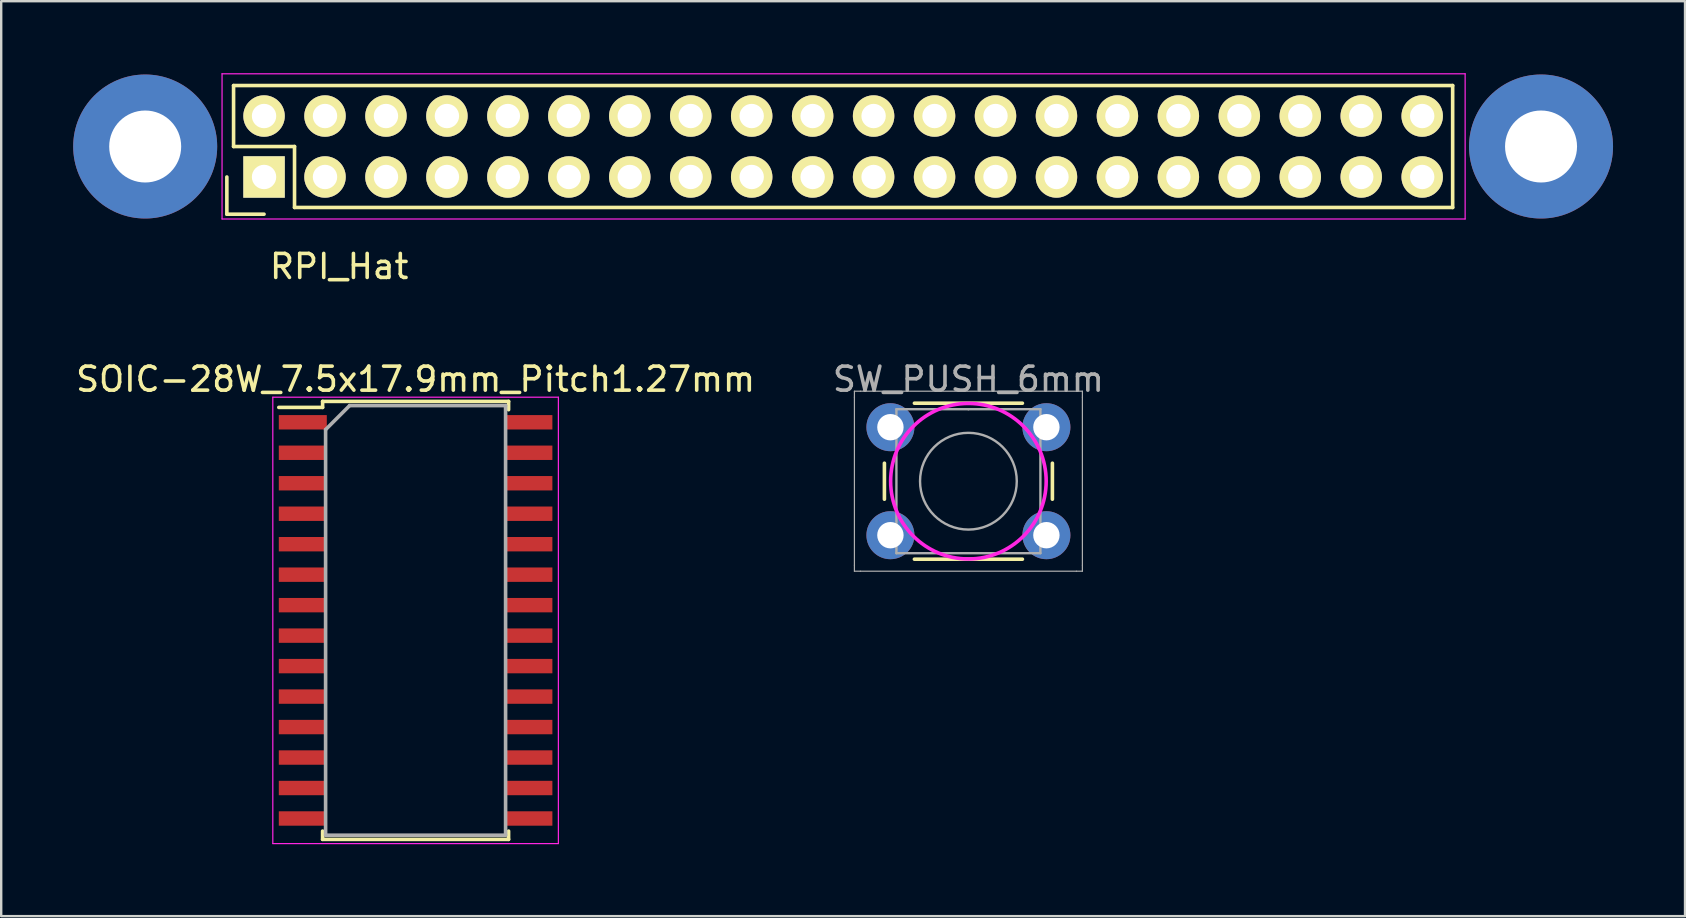
<source format=kicad_pcb>
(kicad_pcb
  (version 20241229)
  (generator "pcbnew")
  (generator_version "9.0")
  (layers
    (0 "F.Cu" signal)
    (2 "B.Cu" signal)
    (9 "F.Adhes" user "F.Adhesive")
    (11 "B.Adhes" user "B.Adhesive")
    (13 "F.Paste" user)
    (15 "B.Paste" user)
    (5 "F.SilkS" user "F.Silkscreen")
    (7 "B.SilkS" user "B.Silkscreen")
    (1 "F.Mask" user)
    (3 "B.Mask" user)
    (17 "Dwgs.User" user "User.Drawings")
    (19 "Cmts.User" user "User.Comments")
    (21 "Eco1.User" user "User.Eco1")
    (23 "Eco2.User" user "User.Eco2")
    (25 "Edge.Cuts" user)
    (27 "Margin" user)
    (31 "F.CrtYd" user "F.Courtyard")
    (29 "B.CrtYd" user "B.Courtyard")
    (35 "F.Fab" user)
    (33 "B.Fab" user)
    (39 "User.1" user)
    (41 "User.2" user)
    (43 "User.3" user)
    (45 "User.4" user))
  (footprint "RPI_Hat"
    (layer "F.Cu")
    (at 32.083 3.055)
    (property "Reference" "RPI_Hat" (at -21 5 0) (layer "F.SilkS") (effects (font (size 1 1) (thickness 0.15))))
    (attr through_hole)
    (fp_line (start -25.68 1.27) (end -25.68 2.82) (stroke (width 0.15) (type solid)) (layer "F.SilkS"))
    (fp_line (start -25.68 2.82) (end -24.13 2.82) (stroke (width 0.15) (type solid)) (layer "F.SilkS"))
    (fp_line (start -25.4 -2.54) (end -25.4 0) (stroke (width 0.15) (type solid)) (layer "F.SilkS"))
    (fp_line (start -25.4 0) (end -22.86 0) (stroke (width 0.15) (type solid)) (layer "F.SilkS"))
    (fp_line (start -22.86 0) (end -22.86 2.54) (stroke (width 0.15) (type solid)) (layer "F.SilkS"))
    (fp_line (start -22.86 2.54) (end 25.4 2.54) (stroke (width 0.15) (type solid)) (layer "F.SilkS"))
    (fp_line (start 25.4 -2.54) (end -25.4 -2.54) (stroke (width 0.15) (type solid)) (layer "F.SilkS"))
    (fp_line (start 25.4 -2.54) (end 25.4 2.54) (stroke (width 0.15) (type solid)) (layer "F.SilkS"))
    (fp_line (start -25.88 -3.03) (end 25.92 -3.03) (stroke (width 0.05) (type solid)) (layer "F.CrtYd"))
    (fp_line (start -25.88 3.02) (end -25.88 -3.03) (stroke (width 0.05) (type solid)) (layer "F.CrtYd"))
    (fp_line (start -25.88 3.02) (end 25.92 3.02) (stroke (width 0.05) (type solid)) (layer "F.CrtYd"))
    (fp_line (start 25.92 3.02) (end 25.92 -3.03) (stroke (width 0.05) (type solid)) (layer "F.CrtYd"))
    (pad "" np_thru_hole circle (at -29.083 0) (size 6 6) (drill 3) (layers "*.Cu" "*.Mask"))
    (pad "" np_thru_hole circle (at 29.083 0) (size 6 6) (drill 3) (layers "*.Cu" "*.Mask"))
    (pad "1" thru_hole rect (at -24.13 1.27 90) (size 1.727 1.727) (drill 1.016) (layers "*.Cu" "*.Mask" "F.SilkS"))
    (pad "2" thru_hole oval (at -24.13 -1.27 90) (size 1.727 1.727) (drill 1.016) (layers "*.Cu" "*.Mask" "F.SilkS"))
    (pad "3" thru_hole oval (at -21.59 1.27 90) (size 1.727 1.727) (drill 1.016) (layers "*.Cu" "*.Mask" "F.SilkS"))
    (pad "4" thru_hole oval (at -21.59 -1.27 90) (size 1.727 1.727) (drill 1.016) (layers "*.Cu" "*.Mask" "F.SilkS"))
    (pad "5" thru_hole oval (at -19.05 1.27 90) (size 1.727 1.727) (drill 1.016) (layers "*.Cu" "*.Mask" "F.SilkS"))
    (pad "6" thru_hole oval (at -19.05 -1.27 90) (size 1.727 1.727) (drill 1.016) (layers "*.Cu" "*.Mask" "F.SilkS"))
    (pad "7" thru_hole oval (at -16.51 1.27 90) (size 1.727 1.727) (drill 1.016) (layers "*.Cu" "*.Mask" "F.SilkS"))
    (pad "8" thru_hole oval (at -16.51 -1.27 90) (size 1.727 1.727) (drill 1.016) (layers "*.Cu" "*.Mask" "F.SilkS"))
    (pad "9" thru_hole oval (at -13.97 1.27 90) (size 1.727 1.727) (drill 1.016) (layers "*.Cu" "*.Mask" "F.SilkS"))
    (pad "10" thru_hole oval (at -13.97 -1.27 90) (size 1.727 1.727) (drill 1.016) (layers "*.Cu" "*.Mask" "F.SilkS"))
    (pad "11" thru_hole oval (at -11.43 1.27 90) (size 1.727 1.727) (drill 1.016) (layers "*.Cu" "*.Mask" "F.SilkS"))
    (pad "12" thru_hole oval (at -11.43 -1.27 90) (size 1.727 1.727) (drill 1.016) (layers "*.Cu" "*.Mask" "F.SilkS"))
    (pad "13" thru_hole oval (at -8.89 1.27 90) (size 1.727 1.727) (drill 1.016) (layers "*.Cu" "*.Mask" "F.SilkS"))
    (pad "14" thru_hole oval (at -8.89 -1.27 90) (size 1.727 1.727) (drill 1.016) (layers "*.Cu" "*.Mask" "F.SilkS"))
    (pad "15" thru_hole oval (at -6.35 1.27 90) (size 1.727 1.727) (drill 1.016) (layers "*.Cu" "*.Mask" "F.SilkS"))
    (pad "16" thru_hole oval (at -6.35 -1.27 90) (size 1.727 1.727) (drill 1.016) (layers "*.Cu" "*.Mask" "F.SilkS"))
    (pad "17" thru_hole oval (at -3.81 1.27 90) (size 1.727 1.727) (drill 1.016) (layers "*.Cu" "*.Mask" "F.SilkS"))
    (pad "18" thru_hole oval (at -3.81 -1.27 90) (size 1.727 1.727) (drill 1.016) (layers "*.Cu" "*.Mask" "F.SilkS"))
    (pad "19" thru_hole oval (at -1.27 1.27 90) (size 1.727 1.727) (drill 1.016) (layers "*.Cu" "*.Mask" "F.SilkS"))
    (pad "20" thru_hole oval (at -1.27 -1.27 90) (size 1.727 1.727) (drill 1.016) (layers "*.Cu" "*.Mask" "F.SilkS"))
    (pad "21" thru_hole oval (at 1.27 1.27 90) (size 1.727 1.727) (drill 1.016) (layers "*.Cu" "*.Mask" "F.SilkS"))
    (pad "22" thru_hole oval (at 1.27 -1.27 90) (size 1.727 1.727) (drill 1.016) (layers "*.Cu" "*.Mask" "F.SilkS"))
    (pad "23" thru_hole oval (at 3.81 1.27 90) (size 1.727 1.727) (drill 1.016) (layers "*.Cu" "*.Mask" "F.SilkS"))
    (pad "24" thru_hole oval (at 3.81 -1.27 90) (size 1.727 1.727) (drill 1.016) (layers "*.Cu" "*.Mask" "F.SilkS"))
    (pad "25" thru_hole oval (at 6.35 1.27 90) (size 1.727 1.727) (drill 1.016) (layers "*.Cu" "*.Mask" "F.SilkS"))
    (pad "26" thru_hole oval (at 6.35 -1.27 90) (size 1.727 1.727) (drill 1.016) (layers "*.Cu" "*.Mask" "F.SilkS"))
    (pad "27" thru_hole oval (at 8.89 1.27 90) (size 1.727 1.727) (drill 1.016) (layers "*.Cu" "*.Mask" "F.SilkS"))
    (pad "28" thru_hole oval (at 8.89 -1.27 90) (size 1.727 1.727) (drill 1.016) (layers "*.Cu" "*.Mask" "F.SilkS"))
    (pad "29" thru_hole oval (at 11.43 1.27 90) (size 1.727 1.727) (drill 1.016) (layers "*.Cu" "*.Mask" "F.SilkS"))
    (pad "30" thru_hole oval (at 11.43 -1.27 90) (size 1.727 1.727) (drill 1.016) (layers "*.Cu" "*.Mask" "F.SilkS"))
    (pad "31" thru_hole oval (at 13.97 1.27 90) (size 1.727 1.727) (drill 1.016) (layers "*.Cu" "*.Mask" "F.SilkS"))
    (pad "32" thru_hole oval (at 13.97 -1.27 90) (size 1.727 1.727) (drill 1.016) (layers "*.Cu" "*.Mask" "F.SilkS"))
    (pad "33" thru_hole oval (at 16.51 1.27 90) (size 1.727 1.727) (drill 1.016) (layers "*.Cu" "*.Mask" "F.SilkS"))
    (pad "34" thru_hole oval (at 16.51 -1.27 90) (size 1.727 1.727) (drill 1.016) (layers "*.Cu" "*.Mask" "F.SilkS"))
    (pad "35" thru_hole oval (at 19.05 1.27 90) (size 1.727 1.727) (drill 1.016) (layers "*.Cu" "*.Mask" "F.SilkS"))
    (pad "36" thru_hole oval (at 19.05 -1.27 90) (size 1.727 1.727) (drill 1.016) (layers "*.Cu" "*.Mask" "F.SilkS"))
    (pad "37" thru_hole oval (at 21.59 1.27 90) (size 1.727 1.727) (drill 1.016) (layers "*.Cu" "*.Mask" "F.SilkS"))
    (pad "38" thru_hole oval (at 21.59 -1.27 90) (size 1.727 1.727) (drill 1.016) (layers "*.Cu" "*.Mask" "F.SilkS"))
    (pad "39" thru_hole oval (at 24.13 1.27 90) (size 1.727 1.727) (drill 1.016) (layers "*.Cu" "*.Mask" "F.SilkS"))
    (pad "40" thru_hole oval (at 24.13 -1.27 90) (size 1.727 1.727) (drill 1.016) (layers "*.Cu" "*.Mask" "F.SilkS")))
  (footprint "SOIC-28W_7.5x17.9mm_Pitch1.27mm"
    (layer "F.Cu")
    (at 14.268 22.802)
    (property "Reference" "SOIC-28W_7.5x17.9mm_Pitch1.27mm" (at 0 -10.05 0) (layer "F.SilkS") (effects (font (size 1 1) (thickness 0.15))))
    (attr smd)
    (fp_line (start -3.875 -9.125) (end -3.875 -8.875) (stroke (width 0.15) (type solid)) (layer "F.SilkS"))
    (fp_line (start -3.875 -9.125) (end 3.875 -9.125) (stroke (width 0.15) (type solid)) (layer "F.SilkS"))
    (fp_line (start -3.875 -8.875) (end -5.7 -8.875) (stroke (width 0.15) (type solid)) (layer "F.SilkS"))
    (fp_line (start -3.875 9.125) (end -3.875 8.78) (stroke (width 0.15) (type solid)) (layer "F.SilkS"))
    (fp_line (start -3.875 9.125) (end 3.875 9.125) (stroke (width 0.15) (type solid)) (layer "F.SilkS"))
    (fp_line (start 3.875 -9.125) (end 3.875 -8.78) (stroke (width 0.15) (type solid)) (layer "F.SilkS"))
    (fp_line (start 3.875 9.125) (end 3.875 8.78) (stroke (width 0.15) (type solid)) (layer "F.SilkS"))
    (fp_line (start -5.95 -9.3) (end -5.95 9.3) (stroke (width 0.05) (type solid)) (layer "F.CrtYd"))
    (fp_line (start -5.95 -9.3) (end 5.95 -9.3) (stroke (width 0.05) (type solid)) (layer "F.CrtYd"))
    (fp_line (start -5.95 9.3) (end 5.95 9.3) (stroke (width 0.05) (type solid)) (layer "F.CrtYd"))
    (fp_line (start 5.95 -9.3) (end 5.95 9.3) (stroke (width 0.05) (type solid)) (layer "F.CrtYd"))
    (fp_line (start -3.75 -7.95) (end -2.75 -8.95) (stroke (width 0.15) (type solid)) (layer "F.Fab"))
    (fp_line (start -3.75 8.95) (end -3.75 -7.95) (stroke (width 0.15) (type solid)) (layer "F.Fab"))
    (fp_line (start -2.75 -8.95) (end 3.75 -8.95) (stroke (width 0.15) (type solid)) (layer "F.Fab"))
    (fp_line (start 3.75 -8.95) (end 3.75 8.95) (stroke (width 0.15) (type solid)) (layer "F.Fab"))
    (fp_line (start 3.75 8.95) (end -3.75 8.95) (stroke (width 0.15) (type solid)) (layer "F.Fab"))
    (pad "1" smd rect (at -4.7 -8.255) (size 2 0.6) (layers "F.Cu" "F.Mask" "F.Paste"))
    (pad "2" smd rect (at -4.7 -6.985) (size 2 0.6) (layers "F.Cu" "F.Mask" "F.Paste"))
    (pad "3" smd rect (at -4.7 -5.715) (size 2 0.6) (layers "F.Cu" "F.Mask" "F.Paste"))
    (pad "4" smd rect (at -4.7 -4.445) (size 2 0.6) (layers "F.Cu" "F.Mask" "F.Paste"))
    (pad "5" smd rect (at -4.7 -3.175) (size 2 0.6) (layers "F.Cu" "F.Mask" "F.Paste"))
    (pad "6" smd rect (at -4.7 -1.905) (size 2 0.6) (layers "F.Cu" "F.Mask" "F.Paste"))
    (pad "7" smd rect (at -4.7 -0.635) (size 2 0.6) (layers "F.Cu" "F.Mask" "F.Paste"))
    (pad "8" smd rect (at -4.7 0.635) (size 2 0.6) (layers "F.Cu" "F.Mask" "F.Paste"))
    (pad "9" smd rect (at -4.7 1.905) (size 2 0.6) (layers "F.Cu" "F.Mask" "F.Paste"))
    (pad "10" smd rect (at -4.7 3.175) (size 2 0.6) (layers "F.Cu" "F.Mask" "F.Paste"))
    (pad "11" smd rect (at -4.7 4.445) (size 2 0.6) (layers "F.Cu" "F.Mask" "F.Paste"))
    (pad "12" smd rect (at -4.7 5.715) (size 2 0.6) (layers "F.Cu" "F.Mask" "F.Paste"))
    (pad "13" smd rect (at -4.7 6.985) (size 2 0.6) (layers "F.Cu" "F.Mask" "F.Paste"))
    (pad "14" smd rect (at -4.7 8.255) (size 2 0.6) (layers "F.Cu" "F.Mask" "F.Paste"))
    (pad "15" smd rect (at 4.7 8.255) (size 2 0.6) (layers "F.Cu" "F.Mask" "F.Paste"))
    (pad "16" smd rect (at 4.7 6.985) (size 2 0.6) (layers "F.Cu" "F.Mask" "F.Paste"))
    (pad "17" smd rect (at 4.7 5.715) (size 2 0.6) (layers "F.Cu" "F.Mask" "F.Paste"))
    (pad "18" smd rect (at 4.7 4.445) (size 2 0.6) (layers "F.Cu" "F.Mask" "F.Paste"))
    (pad "19" smd rect (at 4.7 3.175) (size 2 0.6) (layers "F.Cu" "F.Mask" "F.Paste"))
    (pad "20" smd rect (at 4.7 1.905) (size 2 0.6) (layers "F.Cu" "F.Mask" "F.Paste"))
    (pad "21" smd rect (at 4.7 0.635) (size 2 0.6) (layers "F.Cu" "F.Mask" "F.Paste"))
    (pad "22" smd rect (at 4.7 -0.635) (size 2 0.6) (layers "F.Cu" "F.Mask" "F.Paste"))
    (pad "23" smd rect (at 4.7 -1.905) (size 2 0.6) (layers "F.Cu" "F.Mask" "F.Paste"))
    (pad "24" smd rect (at 4.7 -3.175) (size 2 0.6) (layers "F.Cu" "F.Mask" "F.Paste"))
    (pad "25" smd rect (at 4.7 -4.445) (size 2 0.6) (layers "F.Cu" "F.Mask" "F.Paste"))
    (pad "26" smd rect (at 4.7 -5.715) (size 2 0.6) (layers "F.Cu" "F.Mask" "F.Paste"))
    (pad "27" smd rect (at 4.7 -6.985) (size 2 0.6) (layers "F.Cu" "F.Mask" "F.Paste"))
    (pad "28" smd rect (at 4.7 -8.255) (size 2 0.6) (layers "F.Cu" "F.Mask" "F.Paste")))
  (footprint "SW_PUSH_6mm"
    (layer "F.Cu")
    (at 34.054 14.752)
    (property "Reference" "SW_PUSH_6mm" (at 3.25 -2 0) (layer "F.Fab") (effects (font (size 1 1) (thickness 0.15))))
    (attr through_hole)
    (fp_line (start -0.25 1.5) (end -0.25 3) (stroke (width 0.15) (type solid)) (layer "F.SilkS"))
    (fp_line (start 1 5.5) (end 5.5 5.5) (stroke (width 0.15) (type solid)) (layer "F.SilkS"))
    (fp_line (start 5.5 -1) (end 1 -1) (stroke (width 0.15) (type solid)) (layer "F.SilkS"))
    (fp_line (start 6.75 3) (end 6.75 1.5) (stroke (width 0.15) (type solid)) (layer "F.SilkS"))
    (fp_circle (center 3.25 2.25) (end 1.25 4.8) (stroke (width 0.15) (type solid)) (fill no) (layer "F.CrtYd"))
    (fp_line (start -1.5 -1.5) (end -1.25 -1.5) (stroke (width 0.05) (type solid)) (layer "F.Fab"))
    (fp_line (start -1.5 -1.25) (end -1.5 -1.5) (stroke (width 0.05) (type solid)) (layer "F.Fab"))
    (fp_line (start -1.5 5.75) (end -1.5 -1.25) (stroke (width 0.05) (type solid)) (layer "F.Fab"))
    (fp_line (start -1.5 5.75) (end -1.5 6) (stroke (width 0.05) (type solid)) (layer "F.Fab"))
    (fp_line (start -1.5 6) (end -1.25 6) (stroke (width 0.05) (type solid)) (layer "F.Fab"))
    (fp_line (start -1.25 -1.5) (end 7.75 -1.5) (stroke (width 0.05) (type solid)) (layer "F.Fab"))
    (fp_line (start 0.25 -0.75) (end 3.25 -0.75) (stroke (width 0.1) (type solid)) (layer "F.Fab"))
    (fp_line (start 0.25 5.25) (end 0.25 -0.75) (stroke (width 0.1) (type solid)) (layer "F.Fab"))
    (fp_line (start 3.25 -0.75) (end 6.25 -0.75) (stroke (width 0.1) (type solid)) (layer "F.Fab"))
    (fp_line (start 6.25 -0.75) (end 6.25 5.25) (stroke (width 0.1) (type solid)) (layer "F.Fab"))
    (fp_line (start 6.25 5.25) (end 0.25 5.25) (stroke (width 0.1) (type solid)) (layer "F.Fab"))
    (fp_line (start 7.75 -1.5) (end 8 -1.5) (stroke (width 0.05) (type solid)) (layer "F.Fab"))
    (fp_line (start 7.75 6) (end -1.25 6) (stroke (width 0.05) (type solid)) (layer "F.Fab"))
    (fp_line (start 7.75 6) (end 8 6) (stroke (width 0.05) (type solid)) (layer "F.Fab"))
    (fp_line (start 8 -1.5) (end 8 -1.25) (stroke (width 0.05) (type solid)) (layer "F.Fab"))
    (fp_line (start 8 -1.25) (end 8 5.75) (stroke (width 0.05) (type solid)) (layer "F.Fab"))
    (fp_line (start 8 6) (end 8 5.75) (stroke (width 0.05) (type solid)) (layer "F.Fab"))
    (fp_circle (center 3.25 2.25) (end 1.25 2.5) (stroke (width 0.1) (type solid)) (fill no) (layer "F.Fab"))
    (pad "1" thru_hole circle (at 0 0 90) (size 2 2) (drill 1.1) (layers "*.Cu" "*.Mask"))
    (pad "1" thru_hole circle (at 6.5 0 90) (size 2 2) (drill 1.1) (layers "*.Cu" "*.Mask"))
    (pad "2" thru_hole circle (at 0 4.5 90) (size 2 2) (drill 1.1) (layers "*.Cu" "*.Mask"))
    (pad "2" thru_hole circle (at 6.5 4.5 90) (size 2 2) (drill 1.1) (layers "*.Cu" "*.Mask")))
  (gr_rect
    (start -3 -3)
    (end 67.166 35.127)
    (stroke (width 0.1) (type default))
    (fill no)
    (layer "Edge.Cuts")))
</source>
